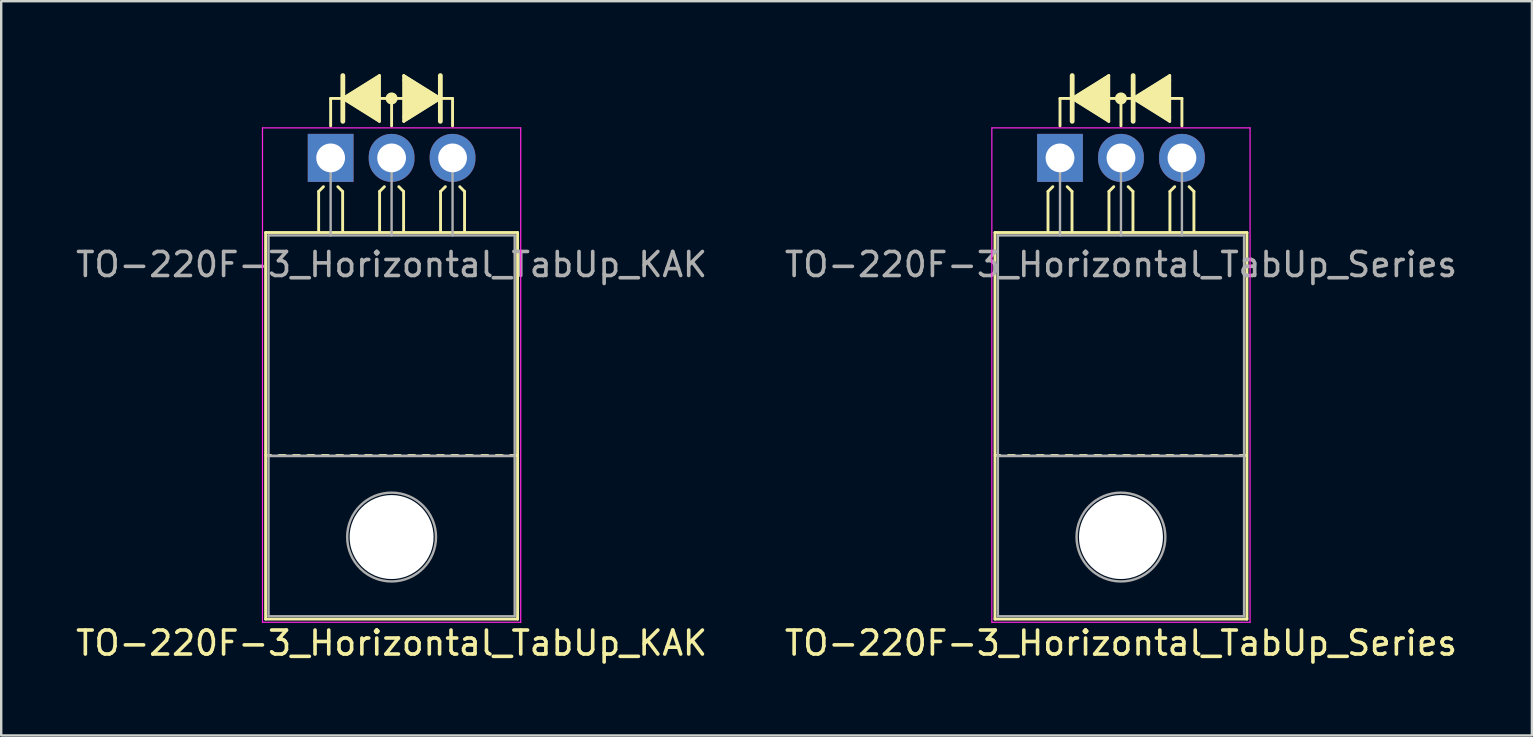
<source format=kicad_pcb>
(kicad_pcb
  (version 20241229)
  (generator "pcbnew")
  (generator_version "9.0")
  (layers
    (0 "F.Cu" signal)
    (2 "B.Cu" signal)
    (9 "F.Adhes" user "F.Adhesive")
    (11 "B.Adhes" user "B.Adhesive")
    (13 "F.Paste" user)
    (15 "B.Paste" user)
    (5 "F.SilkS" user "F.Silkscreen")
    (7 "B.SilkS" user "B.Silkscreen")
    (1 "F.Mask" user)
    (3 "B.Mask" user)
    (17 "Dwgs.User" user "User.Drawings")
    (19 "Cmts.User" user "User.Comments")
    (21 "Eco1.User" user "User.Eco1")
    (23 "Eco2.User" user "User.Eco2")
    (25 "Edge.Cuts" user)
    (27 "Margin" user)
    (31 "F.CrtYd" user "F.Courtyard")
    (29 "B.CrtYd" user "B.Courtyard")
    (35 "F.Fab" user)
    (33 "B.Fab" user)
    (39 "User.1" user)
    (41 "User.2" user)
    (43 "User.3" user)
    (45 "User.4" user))
  (footprint "TO-220F-3_Horizontal_TabUp_KAK"
    (layer "F.Cu")
    (at 10.728 3.529)
    (property "Reference" "TO-220F-3_Horizontal_TabUp_KAK" (at 2.54 20.22 0) (layer "F.SilkS") (effects (font (size 1 1) (thickness 0.15))))
    (attr through_hole)
    (fp_line (start -2.71 19.22) (end -2.71 3.11) (stroke (width 0.12) (type solid)) (layer "F.SilkS"))
    (fp_line (start -2.5 12.4) (end -2.7 12.4) (stroke (width 0.12) (type solid)) (layer "F.SilkS"))
    (fp_line (start -1.9 12.4) (end -2.15 12.4) (stroke (width 0.12) (type solid)) (layer "F.SilkS"))
    (fp_line (start -1.3 12.4) (end -1.55 12.4) (stroke (width 0.12) (type solid)) (layer "F.SilkS"))
    (fp_line (start -0.7 12.4) (end -0.95 12.4) (stroke (width 0.12) (type solid)) (layer "F.SilkS"))
    (fp_line (start -0.5 1.4) (end -0.3 1.2) (stroke (width 0.12) (type solid)) (layer "F.SilkS"))
    (fp_line (start -0.5 3.048) (end -0.5 1.4) (stroke (width 0.12) (type solid)) (layer "F.SilkS"))
    (fp_line (start -0.1 12.4) (end -0.35 12.4) (stroke (width 0.12) (type solid)) (layer "F.SilkS"))
    (fp_line (start 0 -2.477) (end 0.508 -2.477) (stroke (width 0.12) (type solid)) (layer "F.SilkS"))
    (fp_line (start 0 -1.333) (end 0 -2.477) (stroke (width 0.12) (type solid)) (layer "F.SilkS"))
    (fp_line (start 0.5 1.4) (end 0.3 1.2) (stroke (width 0.12) (type solid)) (layer "F.SilkS"))
    (fp_line (start 0.5 3.048) (end 0.5 1.4) (stroke (width 0.12) (type solid)) (layer "F.SilkS"))
    (fp_line (start 0.5 12.4) (end 0.25 12.4) (stroke (width 0.12) (type solid)) (layer "F.SilkS"))
    (fp_line (start 0.508 -3.429) (end 0.508 -1.524) (stroke (width 0.2) (type solid)) (layer "F.SilkS"))
    (fp_line (start 0.508 -2.477) (end 2.032 -1.524) (stroke (width 0.12) (type solid)) (layer "F.SilkS"))
    (fp_line (start 1.1 12.4) (end 0.85 12.4) (stroke (width 0.12) (type solid)) (layer "F.SilkS"))
    (fp_line (start 1.7 12.4) (end 1.45 12.4) (stroke (width 0.12) (type solid)) (layer "F.SilkS"))
    (fp_line (start 2.032 -3.429) (end 0.508 -2.477) (stroke (width 0.12) (type solid)) (layer "F.SilkS"))
    (fp_line (start 2.032 -1.524) (end 2.032 -3.429) (stroke (width 0.12) (type solid)) (layer "F.SilkS"))
    (fp_line (start 2.04 1.4) (end 2.24 1.2) (stroke (width 0.12) (type solid)) (layer "F.SilkS"))
    (fp_line (start 2.04 3.048) (end 2.04 1.4) (stroke (width 0.12) (type solid)) (layer "F.SilkS"))
    (fp_line (start 2.3 12.4) (end 2.05 12.4) (stroke (width 0.12) (type solid)) (layer "F.SilkS"))
    (fp_line (start 2.54 -2.477) (end 2.032 -2.477) (stroke (width 0.12) (type solid)) (layer "F.SilkS"))
    (fp_line (start 2.54 -2.477) (end 3.048 -2.477) (stroke (width 0.12) (type solid)) (layer "F.SilkS"))
    (fp_line (start 2.54 -1.333) (end 2.54 -2.477) (stroke (width 0.12) (type solid)) (layer "F.SilkS"))
    (fp_line (start 2.9 12.4) (end 2.65 12.4) (stroke (width 0.12) (type solid)) (layer "F.SilkS"))
    (fp_line (start 3.04 1.4) (end 2.84 1.2) (stroke (width 0.12) (type solid)) (layer "F.SilkS"))
    (fp_line (start 3.04 3.048) (end 3.04 1.4) (stroke (width 0.12) (type solid)) (layer "F.SilkS"))
    (fp_line (start 3.048 -3.239) (end 3.048 -3.429) (stroke (width 0.12) (type solid)) (layer "F.SilkS"))
    (fp_line (start 3.048 -3.239) (end 3.048 -1.714) (stroke (width 0.12) (type solid)) (layer "F.SilkS"))
    (fp_line (start 3.048 -1.714) (end 3.048 -1.524) (stroke (width 0.12) (type solid)) (layer "F.SilkS"))
    (fp_line (start 3.5 12.4) (end 3.25 12.4) (stroke (width 0.12) (type solid)) (layer "F.SilkS"))
    (fp_line (start 4.1 12.4) (end 3.85 12.4) (stroke (width 0.12) (type solid)) (layer "F.SilkS"))
    (fp_line (start 4.572 -2.477) (end 3.048 -3.429) (stroke (width 0.12) (type solid)) (layer "F.SilkS"))
    (fp_line (start 4.572 -2.477) (end 3.048 -1.524) (stroke (width 0.12) (type solid)) (layer "F.SilkS"))
    (fp_line (start 4.572 -1.524) (end 4.572 -3.429) (stroke (width 0.2) (type solid)) (layer "F.SilkS"))
    (fp_line (start 4.58 1.4) (end 4.78 1.2) (stroke (width 0.12) (type solid)) (layer "F.SilkS"))
    (fp_line (start 4.58 3.048) (end 4.58 1.4) (stroke (width 0.12) (type solid)) (layer "F.SilkS"))
    (fp_line (start 4.7 12.4) (end 4.45 12.4) (stroke (width 0.12) (type solid)) (layer "F.SilkS"))
    (fp_line (start 5.08 -2.477) (end 4.572 -2.477) (stroke (width 0.12) (type solid)) (layer "F.SilkS"))
    (fp_line (start 5.08 -1.333) (end 5.08 -2.477) (stroke (width 0.12) (type solid)) (layer "F.SilkS"))
    (fp_line (start 5.3 12.4) (end 5.05 12.4) (stroke (width 0.12) (type solid)) (layer "F.SilkS"))
    (fp_line (start 5.58 1.4) (end 5.38 1.2) (stroke (width 0.12) (type solid)) (layer "F.SilkS"))
    (fp_line (start 5.58 3.048) (end 5.58 1.4) (stroke (width 0.12) (type solid)) (layer "F.SilkS"))
    (fp_line (start 5.9 12.4) (end 5.65 12.4) (stroke (width 0.12) (type solid)) (layer "F.SilkS"))
    (fp_line (start 6.55 12.4) (end 6.3 12.4) (stroke (width 0.12) (type solid)) (layer "F.SilkS"))
    (fp_line (start 7.15 12.4) (end 6.9 12.4) (stroke (width 0.12) (type solid)) (layer "F.SilkS"))
    (fp_line (start 7.75 12.4) (end 7.5 12.4) (stroke (width 0.12) (type solid)) (layer "F.SilkS"))
    (fp_line (start 7.79 3.11) (end -2.71 3.11) (stroke (width 0.12) (type solid)) (layer "F.SilkS"))
    (fp_line (start 7.79 19.22) (end -2.71 19.22) (stroke (width 0.12) (type solid)) (layer "F.SilkS"))
    (fp_line (start 7.79 19.22) (end 7.79 3.11) (stroke (width 0.12) (type solid)) (layer "F.SilkS"))
    (fp_circle (center 2.54 -2.477) (end 2.54 -2.667) (stroke (width 0.12) (type solid)) (fill no) (layer "F.SilkS"))
    (fp_circle (center 2.54 -2.477) (end 2.54 -2.603) (stroke (width 0.12) (type solid)) (fill no) (layer "F.SilkS"))
    (fp_circle (center 2.54 -2.477) (end 2.54 -2.54) (stroke (width 0.12) (type solid)) (fill no) (layer "F.SilkS"))
    (fp_poly (pts (xy 2.032 -1.524) (xy 0.508 -2.477) (xy 2.032 -3.429)) (stroke (width 0.1) (type solid)) (fill yes) (layer "F.SilkS"))
    (fp_poly (pts (xy 4.572 -2.477) (xy 3.048 -1.524) (xy 3.048 -3.429)) (stroke (width 0.1) (type solid)) (fill yes) (layer "F.SilkS"))
    (fp_line (start -2.84 -1.25) (end -2.84 19.35) (stroke (width 0.05) (type solid)) (layer "F.CrtYd"))
    (fp_line (start -2.84 19.35) (end 7.92 19.35) (stroke (width 0.05) (type solid)) (layer "F.CrtYd"))
    (fp_line (start 7.92 -1.25) (end -2.84 -1.25) (stroke (width 0.05) (type solid)) (layer "F.CrtYd"))
    (fp_line (start 7.92 19.35) (end 7.92 -1.25) (stroke (width 0.05) (type solid)) (layer "F.CrtYd"))
    (fp_line (start -2.59 3.23) (end -2.59 12.42) (stroke (width 0.1) (type solid)) (layer "F.Fab"))
    (fp_line (start -2.59 12.42) (end -2.59 19.1) (stroke (width 0.1) (type solid)) (layer "F.Fab"))
    (fp_line (start -2.59 12.42) (end 7.67 12.42) (stroke (width 0.1) (type solid)) (layer "F.Fab"))
    (fp_line (start -2.59 19.1) (end 7.67 19.1) (stroke (width 0.1) (type solid)) (layer "F.Fab"))
    (fp_line (start 0 3.23) (end 0 0) (stroke (width 0.1) (type solid)) (layer "F.Fab"))
    (fp_line (start 2.54 3.23) (end 2.54 0) (stroke (width 0.1) (type solid)) (layer "F.Fab"))
    (fp_line (start 5.08 3.23) (end 5.08 0) (stroke (width 0.1) (type solid)) (layer "F.Fab"))
    (fp_line (start 7.67 3.23) (end -2.59 3.23) (stroke (width 0.1) (type solid)) (layer "F.Fab"))
    (fp_line (start 7.67 12.42) (end -2.59 12.42) (stroke (width 0.1) (type solid)) (layer "F.Fab"))
    (fp_line (start 7.67 12.42) (end 7.67 3.23) (stroke (width 0.1) (type solid)) (layer "F.Fab"))
    (fp_line (start 7.67 19.1) (end 7.67 12.42) (stroke (width 0.1) (type solid)) (layer "F.Fab"))
    (fp_circle (center 2.54 15.8) (end 4.39 15.8) (stroke (width 0.1) (type solid)) (fill no) (layer "F.Fab"))
    (fp_text user "${REFERENCE}" (at 2.54 4.445 0) (layer "F.Fab") (effects (font (size 1 1) (thickness 0.15))))
    (pad "" np_thru_hole oval (at 2.54 15.8) (size 3.5 3.5) (drill 3.5) (layers "*.Cu" "*.Mask"))
    (pad "1" thru_hole rect (at 0 0) (size 1.905 2) (drill 1.2) (layers "*.Cu" "*.Mask"))
    (pad "2" thru_hole oval (at 2.54 0) (size 1.905 2) (drill 1.2) (layers "*.Cu" "*.Mask"))
    (pad "3" thru_hole oval (at 5.08 0) (size 1.905 2) (drill 1.2) (layers "*.Cu" "*.Mask")))
  (footprint "TO-220F-3_Horizontal_TabUp_Series"
    (layer "F.Cu")
    (at 41.121 3.529)
    (property "Reference" "TO-220F-3_Horizontal_TabUp_Series" (at 2.54 20.22 0) (layer "F.SilkS") (effects (font (size 1 1) (thickness 0.15))))
    (attr through_hole)
    (fp_line (start -2.71 19.22) (end -2.71 3.11) (stroke (width 0.12) (type solid)) (layer "F.SilkS"))
    (fp_line (start -2.5 12.4) (end -2.7 12.4) (stroke (width 0.12) (type solid)) (layer "F.SilkS"))
    (fp_line (start -1.9 12.4) (end -2.15 12.4) (stroke (width 0.12) (type solid)) (layer "F.SilkS"))
    (fp_line (start -1.3 12.4) (end -1.55 12.4) (stroke (width 0.12) (type solid)) (layer "F.SilkS"))
    (fp_line (start -0.7 12.4) (end -0.95 12.4) (stroke (width 0.12) (type solid)) (layer "F.SilkS"))
    (fp_line (start -0.5 1.4) (end -0.3 1.2) (stroke (width 0.12) (type solid)) (layer "F.SilkS"))
    (fp_line (start -0.5 3.048) (end -0.5 1.4) (stroke (width 0.12) (type solid)) (layer "F.SilkS"))
    (fp_line (start -0.1 12.4) (end -0.35 12.4) (stroke (width 0.12) (type solid)) (layer "F.SilkS"))
    (fp_line (start 0 -2.477) (end 0.508 -2.477) (stroke (width 0.12) (type solid)) (layer "F.SilkS"))
    (fp_line (start 0 -1.333) (end 0 -2.477) (stroke (width 0.12) (type solid)) (layer "F.SilkS"))
    (fp_line (start 0.5 1.4) (end 0.3 1.2) (stroke (width 0.12) (type solid)) (layer "F.SilkS"))
    (fp_line (start 0.5 3.048) (end 0.5 1.4) (stroke (width 0.12) (type solid)) (layer "F.SilkS"))
    (fp_line (start 0.5 12.4) (end 0.25 12.4) (stroke (width 0.12) (type solid)) (layer "F.SilkS"))
    (fp_line (start 0.508 -3.429) (end 0.508 -1.524) (stroke (width 0.2) (type solid)) (layer "F.SilkS"))
    (fp_line (start 0.508 -2.477) (end 2.032 -1.524) (stroke (width 0.12) (type solid)) (layer "F.SilkS"))
    (fp_line (start 1.1 12.4) (end 0.85 12.4) (stroke (width 0.12) (type solid)) (layer "F.SilkS"))
    (fp_line (start 1.7 12.4) (end 1.45 12.4) (stroke (width 0.12) (type solid)) (layer "F.SilkS"))
    (fp_line (start 2.032 -3.429) (end 0.508 -2.477) (stroke (width 0.12) (type solid)) (layer "F.SilkS"))
    (fp_line (start 2.032 -1.524) (end 2.032 -3.429) (stroke (width 0.12) (type solid)) (layer "F.SilkS"))
    (fp_line (start 2.04 1.4) (end 2.24 1.2) (stroke (width 0.12) (type solid)) (layer "F.SilkS"))
    (fp_line (start 2.04 3.048) (end 2.04 1.4) (stroke (width 0.12) (type solid)) (layer "F.SilkS"))
    (fp_line (start 2.3 12.4) (end 2.05 12.4) (stroke (width 0.12) (type solid)) (layer "F.SilkS"))
    (fp_line (start 2.54 -2.477) (end 2.032 -2.477) (stroke (width 0.12) (type solid)) (layer "F.SilkS"))
    (fp_line (start 2.54 -2.477) (end 3.048 -2.477) (stroke (width 0.12) (type solid)) (layer "F.SilkS"))
    (fp_line (start 2.54 -1.333) (end 2.54 -2.477) (stroke (width 0.12) (type solid)) (layer "F.SilkS"))
    (fp_line (start 2.9 12.4) (end 2.65 12.4) (stroke (width 0.12) (type solid)) (layer "F.SilkS"))
    (fp_line (start 3.04 1.4) (end 2.84 1.2) (stroke (width 0.12) (type solid)) (layer "F.SilkS"))
    (fp_line (start 3.04 3.048) (end 3.04 1.4) (stroke (width 0.12) (type solid)) (layer "F.SilkS"))
    (fp_line (start 3.048 -3.429) (end 3.048 -1.524) (stroke (width 0.2) (type solid)) (layer "F.SilkS"))
    (fp_line (start 3.048 -2.477) (end 4.572 -3.429) (stroke (width 0.12) (type solid)) (layer "F.SilkS"))
    (fp_line (start 3.048 -2.477) (end 4.572 -1.524) (stroke (width 0.12) (type solid)) (layer "F.SilkS"))
    (fp_line (start 3.5 12.4) (end 3.25 12.4) (stroke (width 0.12) (type solid)) (layer "F.SilkS"))
    (fp_line (start 4.1 12.4) (end 3.85 12.4) (stroke (width 0.12) (type solid)) (layer "F.SilkS"))
    (fp_line (start 4.572 -3.239) (end 4.572 -3.429) (stroke (width 0.12) (type solid)) (layer "F.SilkS"))
    (fp_line (start 4.572 -1.714) (end 4.572 -3.239) (stroke (width 0.12) (type solid)) (layer "F.SilkS"))
    (fp_line (start 4.572 -1.714) (end 4.572 -1.524) (stroke (width 0.12) (type solid)) (layer "F.SilkS"))
    (fp_line (start 4.58 1.4) (end 4.78 1.2) (stroke (width 0.12) (type solid)) (layer "F.SilkS"))
    (fp_line (start 4.58 3.048) (end 4.58 1.4) (stroke (width 0.12) (type solid)) (layer "F.SilkS"))
    (fp_line (start 4.7 12.4) (end 4.45 12.4) (stroke (width 0.12) (type solid)) (layer "F.SilkS"))
    (fp_line (start 5.08 -2.477) (end 4.572 -2.477) (stroke (width 0.12) (type solid)) (layer "F.SilkS"))
    (fp_line (start 5.08 -1.333) (end 5.08 -2.477) (stroke (width 0.12) (type solid)) (layer "F.SilkS"))
    (fp_line (start 5.3 12.4) (end 5.05 12.4) (stroke (width 0.12) (type solid)) (layer "F.SilkS"))
    (fp_line (start 5.58 1.4) (end 5.38 1.2) (stroke (width 0.12) (type solid)) (layer "F.SilkS"))
    (fp_line (start 5.58 3.048) (end 5.58 1.4) (stroke (width 0.12) (type solid)) (layer "F.SilkS"))
    (fp_line (start 5.9 12.4) (end 5.65 12.4) (stroke (width 0.12) (type solid)) (layer "F.SilkS"))
    (fp_line (start 6.55 12.4) (end 6.3 12.4) (stroke (width 0.12) (type solid)) (layer "F.SilkS"))
    (fp_line (start 7.15 12.4) (end 6.9 12.4) (stroke (width 0.12) (type solid)) (layer "F.SilkS"))
    (fp_line (start 7.75 12.4) (end 7.5 12.4) (stroke (width 0.12) (type solid)) (layer "F.SilkS"))
    (fp_line (start 7.79 3.11) (end -2.71 3.11) (stroke (width 0.12) (type solid)) (layer "F.SilkS"))
    (fp_line (start 7.79 19.22) (end -2.71 19.22) (stroke (width 0.12) (type solid)) (layer "F.SilkS"))
    (fp_line (start 7.79 19.22) (end 7.79 3.11) (stroke (width 0.12) (type solid)) (layer "F.SilkS"))
    (fp_circle (center 2.54 -2.477) (end 2.54 -2.667) (stroke (width 0.12) (type solid)) (fill no) (layer "F.SilkS"))
    (fp_circle (center 2.54 -2.477) (end 2.54 -2.603) (stroke (width 0.12) (type solid)) (fill no) (layer "F.SilkS"))
    (fp_circle (center 2.54 -2.477) (end 2.54 -2.54) (stroke (width 0.12) (type solid)) (fill no) (layer "F.SilkS"))
    (fp_poly (pts (xy 2.032 -1.524) (xy 0.508 -2.477) (xy 2.032 -3.429)) (stroke (width 0.1) (type solid)) (fill yes) (layer "F.SilkS"))
    (fp_poly (pts (xy 3.048 -2.477) (xy 4.572 -3.429) (xy 4.572 -1.524)) (stroke (width 0.1) (type solid)) (fill yes) (layer "F.SilkS"))
    (fp_line (start -2.84 -1.25) (end -2.84 19.35) (stroke (width 0.05) (type solid)) (layer "F.CrtYd"))
    (fp_line (start -2.84 19.35) (end 7.92 19.35) (stroke (width 0.05) (type solid)) (layer "F.CrtYd"))
    (fp_line (start 7.92 -1.25) (end -2.84 -1.25) (stroke (width 0.05) (type solid)) (layer "F.CrtYd"))
    (fp_line (start 7.92 19.35) (end 7.92 -1.25) (stroke (width 0.05) (type solid)) (layer "F.CrtYd"))
    (fp_line (start -2.59 3.23) (end -2.59 12.42) (stroke (width 0.1) (type solid)) (layer "F.Fab"))
    (fp_line (start -2.59 12.42) (end -2.59 19.1) (stroke (width 0.1) (type solid)) (layer "F.Fab"))
    (fp_line (start -2.59 12.42) (end 7.67 12.42) (stroke (width 0.1) (type solid)) (layer "F.Fab"))
    (fp_line (start -2.59 19.1) (end 7.67 19.1) (stroke (width 0.1) (type solid)) (layer "F.Fab"))
    (fp_line (start 0 3.23) (end 0 0) (stroke (width 0.1) (type solid)) (layer "F.Fab"))
    (fp_line (start 2.54 3.23) (end 2.54 0) (stroke (width 0.1) (type solid)) (layer "F.Fab"))
    (fp_line (start 5.08 3.23) (end 5.08 0) (stroke (width 0.1) (type solid)) (layer "F.Fab"))
    (fp_line (start 7.67 3.23) (end -2.59 3.23) (stroke (width 0.1) (type solid)) (layer "F.Fab"))
    (fp_line (start 7.67 12.42) (end -2.59 12.42) (stroke (width 0.1) (type solid)) (layer "F.Fab"))
    (fp_line (start 7.67 12.42) (end 7.67 3.23) (stroke (width 0.1) (type solid)) (layer "F.Fab"))
    (fp_line (start 7.67 19.1) (end 7.67 12.42) (stroke (width 0.1) (type solid)) (layer "F.Fab"))
    (fp_circle (center 2.54 15.8) (end 4.39 15.8) (stroke (width 0.1) (type solid)) (fill no) (layer "F.Fab"))
    (fp_text user "${REFERENCE}" (at 2.54 4.445 0) (layer "F.Fab") (effects (font (size 1 1) (thickness 0.15))))
    (pad "" np_thru_hole oval (at 2.54 15.8) (size 3.5 3.5) (drill 3.5) (layers "*.Cu" "*.Mask"))
    (pad "1" thru_hole rect (at 0 0) (size 1.905 2) (drill 1.2) (layers "*.Cu" "*.Mask"))
    (pad "2" thru_hole oval (at 2.54 0) (size 1.905 2) (drill 1.2) (layers "*.Cu" "*.Mask"))
    (pad "3" thru_hole oval (at 5.08 0) (size 1.905 2) (drill 1.2) (layers "*.Cu" "*.Mask")))
  (gr_rect
    (start -3 -3)
    (end 60.786 27.597)
    (stroke (width 0.1) (type default))
    (fill no)
    (layer "Edge.Cuts")))
</source>
